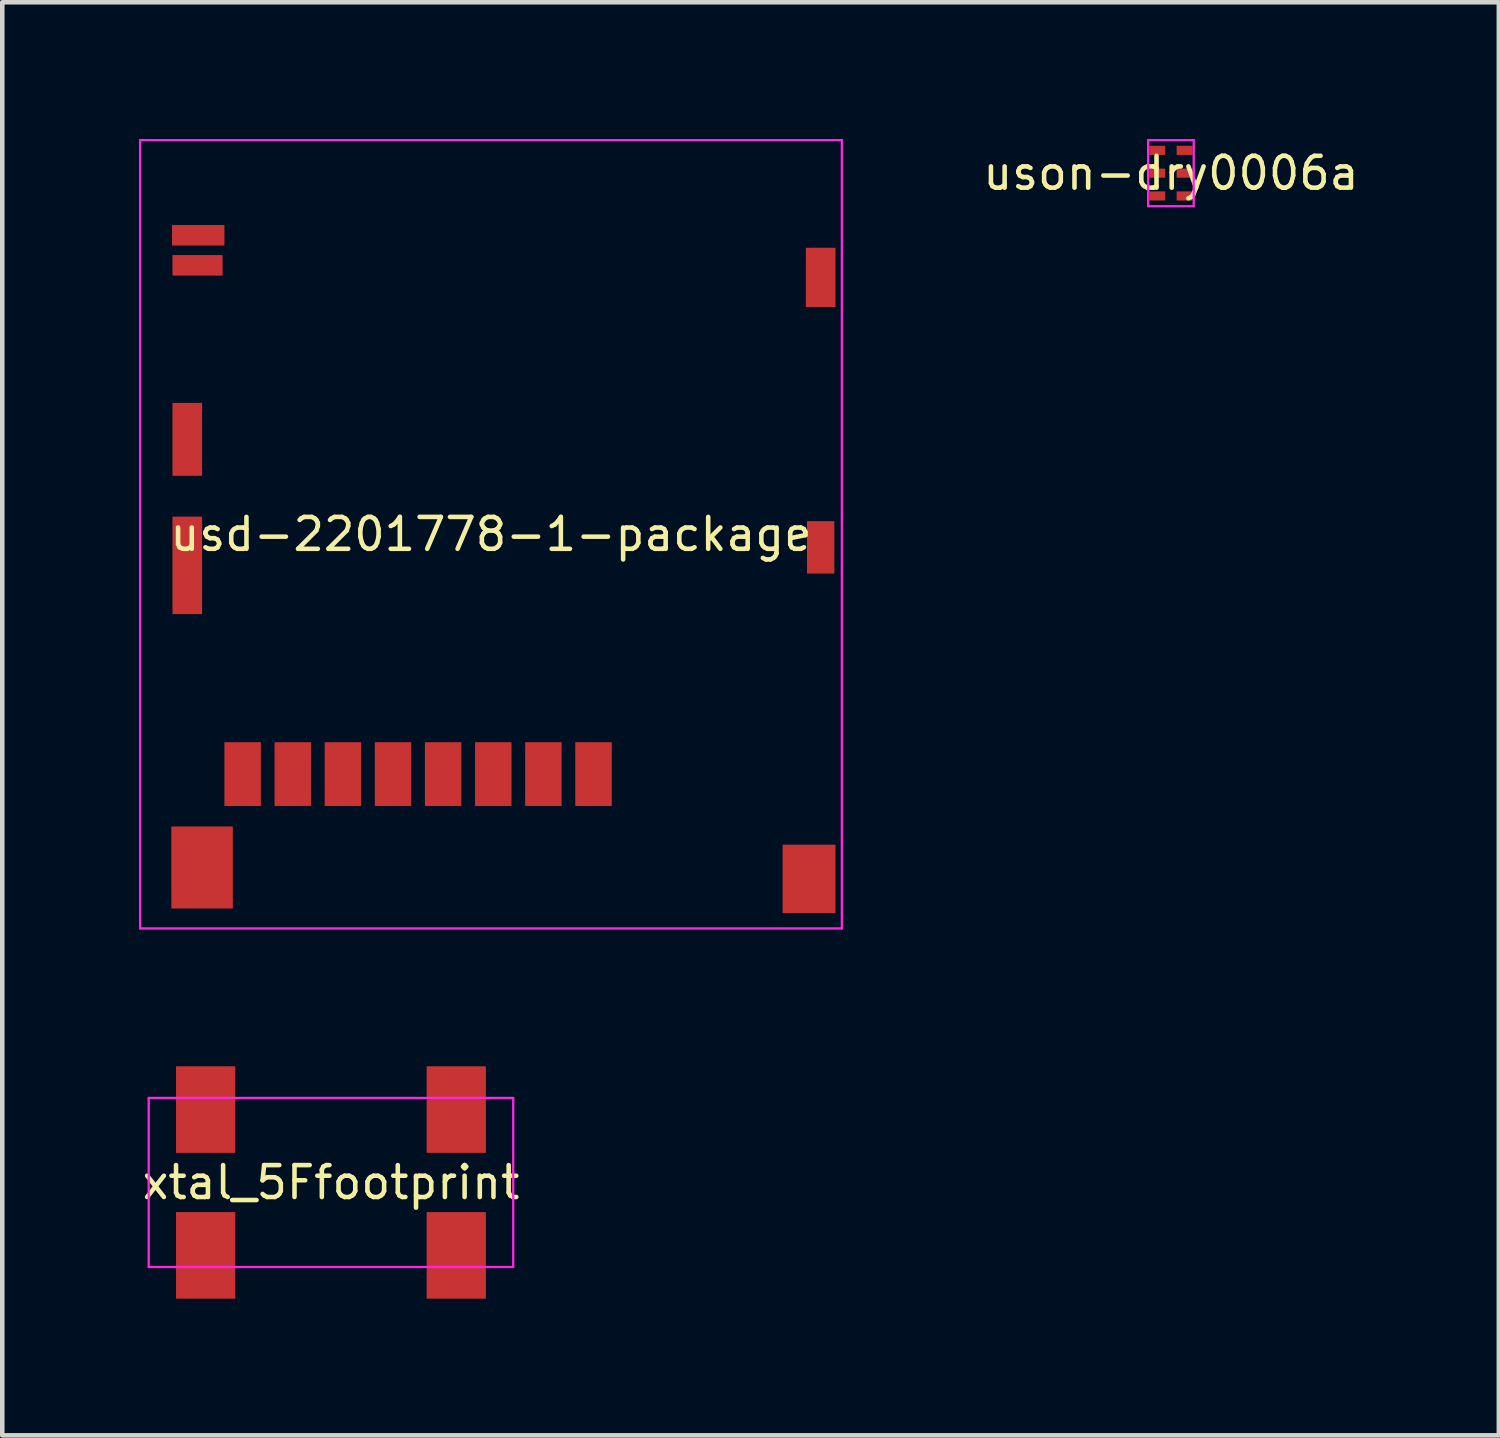
<source format=kicad_pcb>
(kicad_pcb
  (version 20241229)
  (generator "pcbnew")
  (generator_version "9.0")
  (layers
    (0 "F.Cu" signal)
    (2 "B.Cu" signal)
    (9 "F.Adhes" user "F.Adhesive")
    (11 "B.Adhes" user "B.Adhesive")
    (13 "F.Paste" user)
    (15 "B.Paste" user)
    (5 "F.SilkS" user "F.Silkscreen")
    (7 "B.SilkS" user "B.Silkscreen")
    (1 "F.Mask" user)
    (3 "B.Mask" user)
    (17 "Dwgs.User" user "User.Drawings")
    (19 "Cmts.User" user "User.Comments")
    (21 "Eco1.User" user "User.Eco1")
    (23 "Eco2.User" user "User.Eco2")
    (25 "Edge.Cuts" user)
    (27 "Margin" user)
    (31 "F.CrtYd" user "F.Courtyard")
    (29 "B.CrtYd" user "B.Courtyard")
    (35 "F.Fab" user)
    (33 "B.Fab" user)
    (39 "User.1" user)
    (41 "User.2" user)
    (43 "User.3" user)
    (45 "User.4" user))
  (footprint "uson-dry0006a"
    (layer "F.Cu")
    (at 22.647 0.75)
    (property "Reference" "uson-dry0006a" (at 0 0 0) (layer "F.SilkS") (effects (font (size 0.7 0.7) (thickness 0.1))))
    (attr through_hole)
    (fp_poly (pts (xy -0.475 -0.4) (xy -0.125 -0.4) (xy -0.125 -0.6) (xy -0.475 -0.6)) (stroke (width 0) (type solid)) (fill yes) (layer "F.Mask"))
    (fp_poly (pts (xy -0.475 0.1) (xy -0.125 0.1) (xy -0.125 -0.1) (xy -0.475 -0.1)) (stroke (width 0) (type solid)) (fill yes) (layer "F.Mask"))
    (fp_poly (pts (xy -0.475 0.6) (xy -0.125 0.6) (xy -0.125 0.4) (xy -0.475 0.4)) (stroke (width 0) (type solid)) (fill yes) (layer "F.Mask"))
    (fp_poly (pts (xy 0.125 -0.4) (xy 0.475 -0.4) (xy 0.475 -0.6) (xy 0.125 -0.6)) (stroke (width 0) (type solid)) (fill yes) (layer "F.Mask"))
    (fp_poly (pts (xy 0.125 0.1) (xy 0.475 0.1) (xy 0.475 -0.1) (xy 0.125 -0.1)) (stroke (width 0) (type solid)) (fill yes) (layer "F.Mask"))
    (fp_poly (pts (xy 0.125 0.6) (xy 0.475 0.6) (xy 0.475 0.4) (xy 0.125 0.4)) (stroke (width 0) (type solid)) (fill yes) (layer "F.Mask"))
    (fp_poly (pts (xy -0.475 -0.4) (xy -0.125 -0.4) (xy -0.125 -0.6) (xy -0.475 -0.6)) (stroke (width 0) (type solid)) (fill yes) (layer "F.Paste"))
    (fp_poly (pts (xy -0.475 0.1) (xy -0.125 0.1) (xy -0.125 -0.1) (xy -0.475 -0.1)) (stroke (width 0) (type solid)) (fill yes) (layer "F.Paste"))
    (fp_poly (pts (xy -0.475 0.6) (xy -0.125 0.6) (xy -0.125 0.4) (xy -0.475 0.4)) (stroke (width 0) (type solid)) (fill yes) (layer "F.Paste"))
    (fp_poly (pts (xy 0.125 -0.4) (xy 0.475 -0.4) (xy 0.475 -0.6) (xy 0.125 -0.6)) (stroke (width 0) (type solid)) (fill yes) (layer "F.Paste"))
    (fp_poly (pts (xy 0.125 0.1) (xy 0.475 0.1) (xy 0.475 -0.1) (xy 0.125 -0.1)) (stroke (width 0) (type solid)) (fill yes) (layer "F.Paste"))
    (fp_poly (pts (xy 0.125 0.6) (xy 0.475 0.6) (xy 0.475 0.4) (xy 0.125 0.4)) (stroke (width 0) (type solid)) (fill yes) (layer "F.Paste"))
    (fp_line (start -0.5 -0.725) (end -0.5 0.725) (stroke (width 0.05) (type solid)) (layer "F.CrtYd"))
    (fp_line (start -0.5 0.725) (end 0.5 0.725) (stroke (width 0.05) (type solid)) (layer "F.CrtYd"))
    (fp_line (start 0.5 -0.725) (end -0.5 -0.725) (stroke (width 0.05) (type solid)) (layer "F.CrtYd"))
    (fp_line (start 0.5 0.725) (end 0.5 -0.725) (stroke (width 0.05) (type solid)) (layer "F.CrtYd"))
    (pad "1" smd rect (at -0.3 -0.5) (size 0.35 0.2) (layers "F.Cu"))
    (pad "2" smd rect (at -0.3 0) (size 0.35 0.2) (layers "F.Cu"))
    (pad "3" smd rect (at -0.3 0.5) (size 0.35 0.2) (layers "F.Cu"))
    (pad "4" smd rect (at 0.3 0.5) (size 0.35 0.2) (layers "F.Cu"))
    (pad "5" smd rect (at 0.3 0) (size 0.35 0.2) (layers "F.Cu"))
    (pad "6" smd rect (at 0.3 -0.5) (size 0.35 0.2) (layers "F.Cu")))
  (footprint "usd-2201778-1-package"
    (layer "F.Cu")
    (at 7.725 8.675)
    (property "Reference" "usd-2201778-1-package" (at 0 0 0) (layer "F.SilkS") (effects (font (size 0.7 0.7) (thickness 0.1))))
    (attr through_hole)
    (fp_poly (pts (xy -7.015 8.213) (xy -5.665 8.213) (xy -5.665 6.412) (xy -7.015 6.412)) (stroke (width 0) (type solid)) (fill yes) (layer "F.Mask"))
    (fp_poly (pts (xy -7 -6.338) (xy -5.85 -6.338) (xy -5.85 -6.787) (xy -7 -6.787)) (stroke (width 0) (type solid)) (fill yes) (layer "F.Mask"))
    (fp_poly (pts (xy -6.99 -5.678) (xy -5.89 -5.678) (xy -5.89 -6.128) (xy -6.99 -6.128)) (stroke (width 0) (type solid)) (fill yes) (layer "F.Mask"))
    (fp_poly (pts (xy -6.99 -1.282) (xy -6.34 -1.282) (xy -6.34 -2.882) (xy -6.99 -2.882)) (stroke (width 0) (type solid)) (fill yes) (layer "F.Mask"))
    (fp_poly (pts (xy -6.99 1.752) (xy -6.34 1.752) (xy -6.34 -0.388) (xy -6.99 -0.388)) (stroke (width 0) (type solid)) (fill yes) (layer "F.Mask"))
    (fp_poly (pts (xy -5.85 5.963) (xy -5.05 5.963) (xy -5.05 4.562) (xy -5.85 4.562)) (stroke (width 0) (type solid)) (fill yes) (layer "F.Mask"))
    (fp_poly (pts (xy -4.75 5.963) (xy -3.95 5.963) (xy -3.95 4.562) (xy -4.75 4.562)) (stroke (width 0) (type solid)) (fill yes) (layer "F.Mask"))
    (fp_poly (pts (xy -3.65 5.963) (xy -2.85 5.963) (xy -2.85 4.562) (xy -3.65 4.562)) (stroke (width 0) (type solid)) (fill yes) (layer "F.Mask"))
    (fp_poly (pts (xy -2.55 5.963) (xy -1.75 5.963) (xy -1.75 4.562) (xy -2.55 4.562)) (stroke (width 0) (type solid)) (fill yes) (layer "F.Mask"))
    (fp_poly (pts (xy -1.45 5.963) (xy -0.65 5.963) (xy -0.65 4.562) (xy -1.45 4.562)) (stroke (width 0) (type solid)) (fill yes) (layer "F.Mask"))
    (fp_poly (pts (xy -0.35 5.963) (xy 0.45 5.963) (xy 0.45 4.562) (xy -0.35 4.562)) (stroke (width 0) (type solid)) (fill yes) (layer "F.Mask"))
    (fp_poly (pts (xy 0.75 5.963) (xy 1.55 5.963) (xy 1.55 4.562) (xy 0.75 4.562)) (stroke (width 0) (type solid)) (fill yes) (layer "F.Mask"))
    (fp_poly (pts (xy 1.85 5.963) (xy 2.65 5.963) (xy 2.65 4.562) (xy 1.85 4.562)) (stroke (width 0) (type solid)) (fill yes) (layer "F.Mask"))
    (fp_poly (pts (xy 6.4 8.312) (xy 7.56 8.312) (xy 7.56 6.812) (xy 6.4 6.812)) (stroke (width 0) (type solid)) (fill yes) (layer "F.Mask"))
    (fp_poly (pts (xy 6.91 -4.987) (xy 7.56 -4.987) (xy 7.56 -6.287) (xy 6.91 -6.287)) (stroke (width 0) (type solid)) (fill yes) (layer "F.Mask"))
    (fp_poly (pts (xy 6.935 0.863) (xy 7.535 0.863) (xy 7.535 -0.287) (xy 6.935 -0.287)) (stroke (width 0) (type solid)) (fill yes) (layer "F.Mask"))
    (fp_poly (pts (xy -7.015 8.213) (xy -5.665 8.213) (xy -5.665 6.412) (xy -7.015 6.412)) (stroke (width 0) (type solid)) (fill yes) (layer "F.Paste"))
    (fp_poly (pts (xy -7 -6.338) (xy -5.85 -6.338) (xy -5.85 -6.787) (xy -7 -6.787)) (stroke (width 0) (type solid)) (fill yes) (layer "F.Paste"))
    (fp_poly (pts (xy -6.99 -5.678) (xy -5.89 -5.678) (xy -5.89 -6.128) (xy -6.99 -6.128)) (stroke (width 0) (type solid)) (fill yes) (layer "F.Paste"))
    (fp_poly (pts (xy -6.99 -1.282) (xy -6.34 -1.282) (xy -6.34 -2.882) (xy -6.99 -2.882)) (stroke (width 0) (type solid)) (fill yes) (layer "F.Paste"))
    (fp_poly (pts (xy -6.99 1.752) (xy -6.34 1.752) (xy -6.34 -0.388) (xy -6.99 -0.388)) (stroke (width 0) (type solid)) (fill yes) (layer "F.Paste"))
    (fp_poly (pts (xy -5.85 5.963) (xy -5.05 5.963) (xy -5.05 4.562) (xy -5.85 4.562)) (stroke (width 0) (type solid)) (fill yes) (layer "F.Paste"))
    (fp_poly (pts (xy -4.75 5.963) (xy -3.95 5.963) (xy -3.95 4.562) (xy -4.75 4.562)) (stroke (width 0) (type solid)) (fill yes) (layer "F.Paste"))
    (fp_poly (pts (xy -3.65 5.963) (xy -2.85 5.963) (xy -2.85 4.562) (xy -3.65 4.562)) (stroke (width 0) (type solid)) (fill yes) (layer "F.Paste"))
    (fp_poly (pts (xy -2.55 5.963) (xy -1.75 5.963) (xy -1.75 4.562) (xy -2.55 4.562)) (stroke (width 0) (type solid)) (fill yes) (layer "F.Paste"))
    (fp_poly (pts (xy -1.45 5.963) (xy -0.65 5.963) (xy -0.65 4.562) (xy -1.45 4.562)) (stroke (width 0) (type solid)) (fill yes) (layer "F.Paste"))
    (fp_poly (pts (xy -0.35 5.963) (xy 0.45 5.963) (xy 0.45 4.562) (xy -0.35 4.562)) (stroke (width 0) (type solid)) (fill yes) (layer "F.Paste"))
    (fp_poly (pts (xy 0.75 5.963) (xy 1.55 5.963) (xy 1.55 4.562) (xy 0.75 4.562)) (stroke (width 0) (type solid)) (fill yes) (layer "F.Paste"))
    (fp_poly (pts (xy 1.85 5.963) (xy 2.65 5.963) (xy 2.65 4.562) (xy 1.85 4.562)) (stroke (width 0) (type solid)) (fill yes) (layer "F.Paste"))
    (fp_poly (pts (xy 6.4 8.312) (xy 7.56 8.312) (xy 7.56 6.812) (xy 6.4 6.812)) (stroke (width 0) (type solid)) (fill yes) (layer "F.Paste"))
    (fp_poly (pts (xy 6.91 -4.987) (xy 7.56 -4.987) (xy 7.56 -6.287) (xy 6.91 -6.287)) (stroke (width 0) (type solid)) (fill yes) (layer "F.Paste"))
    (fp_poly (pts (xy 6.935 0.863) (xy 7.535 0.863) (xy 7.535 -0.287) (xy 6.935 -0.287)) (stroke (width 0) (type solid)) (fill yes) (layer "F.Paste"))
    (fp_line (start -7.7 -8.65) (end -7.7 8.65) (stroke (width 0.05) (type solid)) (layer "F.CrtYd"))
    (fp_line (start -7.7 8.65) (end 7.7 8.65) (stroke (width 0.05) (type solid)) (layer "F.CrtYd"))
    (fp_line (start 7.7 -8.65) (end -7.7 -8.65) (stroke (width 0.05) (type solid)) (layer "F.CrtYd"))
    (fp_line (start 7.7 8.65) (end 7.7 -8.65) (stroke (width 0.05) (type solid)) (layer "F.CrtYd"))
    (pad "1" smd rect (at 2.25 5.263) (size 0.8 1.4) (layers "F.Cu"))
    (pad "2" smd rect (at 1.15 5.263) (size 0.8 1.4) (layers "F.Cu"))
    (pad "3" smd rect (at 0.05 5.263) (size 0.8 1.4) (layers "F.Cu"))
    (pad "4" smd rect (at -1.05 5.263) (size 0.8 1.4) (layers "F.Cu"))
    (pad "5" smd rect (at -2.15 5.263) (size 0.8 1.4) (layers "F.Cu"))
    (pad "6" smd rect (at -3.25 5.263) (size 0.8 1.4) (layers "F.Cu"))
    (pad "7" smd rect (at -4.35 5.263) (size 0.8 1.4) (layers "F.Cu"))
    (pad "8" smd rect (at -5.45 5.263) (size 0.8 1.4) (layers "F.Cu"))
    (pad "9" smd rect (at -6.425 -6.562) (size 1.15 0.45) (layers "F.Cu"))
    (pad "10" smd rect (at -6.44 -5.902) (size 1.1 0.45) (layers "F.Cu"))
    (pad "11" smd rect (at -6.34 7.312) (size 1.35 1.8) (layers "F.Cu"))
    (pad "12" smd rect (at -6.665 0.682) (size 0.65 2.14) (layers "F.Cu"))
    (pad "13" smd rect (at -6.665 -2.083) (size 0.65 1.6) (layers "F.Cu"))
    (pad "14" smd rect (at 7.235 -5.638) (size 0.65 1.3) (layers "F.Cu"))
    (pad "15" smd rect (at 7.235 0.287) (size 0.6 1.15) (layers "F.Cu"))
    (pad "16" smd rect (at 6.98 7.562) (size 1.16 1.5) (layers "F.Cu")))
  (footprint "xtal_5Ffootprint"
    (layer "F.Cu")
    (at 4.213 22.9)
    (property "Reference" "xtal_5Ffootprint" (at 0 0 0) (layer "F.SilkS") (effects (font (size 0.7 0.7) (thickness 0.1))))
    (attr through_hole)
    (fp_poly (pts (xy -3.4 -0.65) (xy -2.1 -0.65) (xy -2.1 -2.55) (xy -3.4 -2.55)) (stroke (width 0) (type solid)) (fill yes) (layer "F.Mask"))
    (fp_poly (pts (xy -3.4 2.55) (xy -2.1 2.55) (xy -2.1 0.65) (xy -3.4 0.65)) (stroke (width 0) (type solid)) (fill yes) (layer "F.Mask"))
    (fp_poly (pts (xy 2.1 -0.65) (xy 3.4 -0.65) (xy 3.4 -2.55) (xy 2.1 -2.55)) (stroke (width 0) (type solid)) (fill yes) (layer "F.Mask"))
    (fp_poly (pts (xy 2.1 2.55) (xy 3.4 2.55) (xy 3.4 0.65) (xy 2.1 0.65)) (stroke (width 0) (type solid)) (fill yes) (layer "F.Mask"))
    (fp_poly (pts (xy -3.4 -0.65) (xy -2.1 -0.65) (xy -2.1 -2.55) (xy -3.4 -2.55)) (stroke (width 0) (type solid)) (fill yes) (layer "F.Paste"))
    (fp_poly (pts (xy -3.4 2.55) (xy -2.1 2.55) (xy -2.1 0.65) (xy -3.4 0.65)) (stroke (width 0) (type solid)) (fill yes) (layer "F.Paste"))
    (fp_poly (pts (xy 2.1 -0.65) (xy 3.4 -0.65) (xy 3.4 -2.55) (xy 2.1 -2.55)) (stroke (width 0) (type solid)) (fill yes) (layer "F.Paste"))
    (fp_poly (pts (xy 2.1 2.55) (xy 3.4 2.55) (xy 3.4 0.65) (xy 2.1 0.65)) (stroke (width 0) (type solid)) (fill yes) (layer "F.Paste"))
    (fp_line (start -4 -1.855) (end -4 1.855) (stroke (width 0.05) (type solid)) (layer "F.CrtYd"))
    (fp_line (start -4 1.855) (end 4 1.855) (stroke (width 0.05) (type solid)) (layer "F.CrtYd"))
    (fp_line (start 4 -1.855) (end -4 -1.855) (stroke (width 0.05) (type solid)) (layer "F.CrtYd"))
    (fp_line (start 4 1.855) (end 4 -1.855) (stroke (width 0.05) (type solid)) (layer "F.CrtYd"))
    (pad "1" smd rect (at -2.75 1.6) (size 1.3 1.9) (layers "F.Cu"))
    (pad "2" smd rect (at -2.75 -1.6) (size 1.3 1.9) (layers "F.Cu"))
    (pad "3" smd rect (at 2.75 -1.6) (size 1.3 1.9) (layers "F.Cu"))
    (pad "4" smd rect (at 2.75 1.6) (size 1.3 1.9) (layers "F.Cu")))
  (gr_rect
    (start -3 -3)
    (end 29.843 28.45)
    (stroke (width 0.1) (type default))
    (fill no)
    (layer "Edge.Cuts")))
</source>
